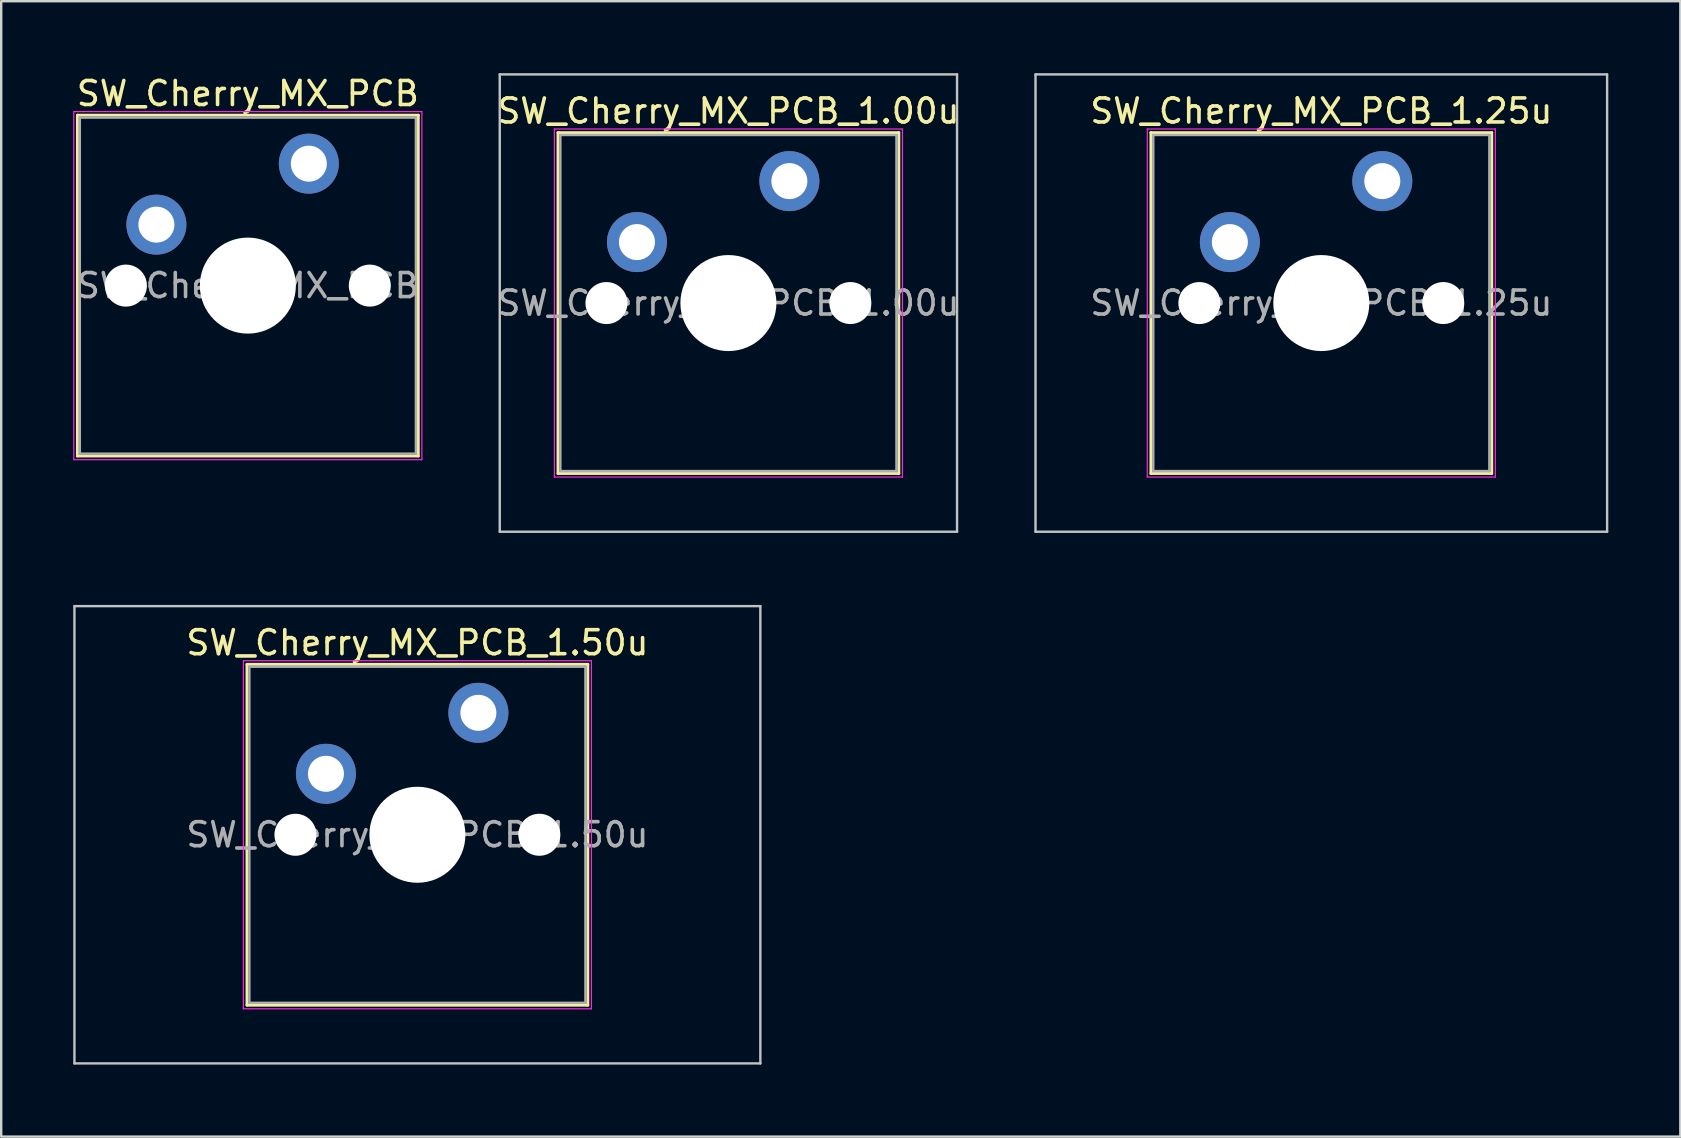
<source format=kicad_pcb>
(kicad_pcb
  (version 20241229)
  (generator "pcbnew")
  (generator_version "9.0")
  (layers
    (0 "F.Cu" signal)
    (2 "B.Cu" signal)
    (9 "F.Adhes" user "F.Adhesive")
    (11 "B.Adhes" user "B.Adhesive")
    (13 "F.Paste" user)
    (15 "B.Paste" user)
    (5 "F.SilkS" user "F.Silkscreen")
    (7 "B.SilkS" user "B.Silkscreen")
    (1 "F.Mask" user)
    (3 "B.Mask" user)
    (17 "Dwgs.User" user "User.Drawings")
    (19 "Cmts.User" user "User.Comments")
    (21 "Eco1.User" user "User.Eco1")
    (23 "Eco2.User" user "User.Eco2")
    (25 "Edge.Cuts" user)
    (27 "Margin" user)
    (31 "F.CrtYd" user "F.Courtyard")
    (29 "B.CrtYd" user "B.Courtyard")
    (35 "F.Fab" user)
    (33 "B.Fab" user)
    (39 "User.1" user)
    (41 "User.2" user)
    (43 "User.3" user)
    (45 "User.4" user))
  (footprint "SW_Cherry_MX_PCB_1.50u"
    (layer "F.Cu")
    (at 14.338 31.725)
    (property "Reference" "SW_Cherry_MX_PCB_1.50u" (at 0 -8 0) (layer "F.SilkS") (effects (font (size 1 1) (thickness 0.15))))
    (attr through_hole)
    (fp_line (start -7.1 -7.1) (end -7.1 7.1) (stroke (width 0.12) (type solid)) (layer "F.SilkS"))
    (fp_line (start -7.1 7.1) (end 7.1 7.1) (stroke (width 0.12) (type solid)) (layer "F.SilkS"))
    (fp_line (start 7.1 -7.1) (end -7.1 -7.1) (stroke (width 0.12) (type solid)) (layer "F.SilkS"))
    (fp_line (start 7.1 7.1) (end 7.1 -7.1) (stroke (width 0.12) (type solid)) (layer "F.SilkS"))
    (fp_line (start -14.287 -9.525) (end -14.287 9.525) (stroke (width 0.1) (type solid)) (layer "Dwgs.User"))
    (fp_line (start -14.287 9.525) (end 14.287 9.525) (stroke (width 0.1) (type solid)) (layer "Dwgs.User"))
    (fp_line (start 14.287 -9.525) (end -14.287 -9.525) (stroke (width 0.1) (type solid)) (layer "Dwgs.User"))
    (fp_line (start 14.287 9.525) (end 14.287 -9.525) (stroke (width 0.1) (type solid)) (layer "Dwgs.User"))
    (fp_line (start -7 -7) (end -7 7) (stroke (width 0.1) (type solid)) (layer "Eco1.User"))
    (fp_line (start -7 7) (end 7 7) (stroke (width 0.1) (type solid)) (layer "Eco1.User"))
    (fp_line (start 7 -7) (end -7 -7) (stroke (width 0.1) (type solid)) (layer "Eco1.User"))
    (fp_line (start 7 7) (end 7 -7) (stroke (width 0.1) (type solid)) (layer "Eco1.User"))
    (fp_line (start -7.25 -7.25) (end -7.25 7.25) (stroke (width 0.05) (type solid)) (layer "F.CrtYd"))
    (fp_line (start -7.25 7.25) (end 7.25 7.25) (stroke (width 0.05) (type solid)) (layer "F.CrtYd"))
    (fp_line (start 7.25 -7.25) (end -7.25 -7.25) (stroke (width 0.05) (type solid)) (layer "F.CrtYd"))
    (fp_line (start 7.25 7.25) (end 7.25 -7.25) (stroke (width 0.05) (type solid)) (layer "F.CrtYd"))
    (fp_line (start -7 -7) (end -7 7) (stroke (width 0.1) (type solid)) (layer "F.Fab"))
    (fp_line (start -7 7) (end 7 7) (stroke (width 0.1) (type solid)) (layer "F.Fab"))
    (fp_line (start 7 -7) (end -7 -7) (stroke (width 0.1) (type solid)) (layer "F.Fab"))
    (fp_line (start 7 7) (end 7 -7) (stroke (width 0.1) (type solid)) (layer "F.Fab"))
    (fp_text user "${REFERENCE}" (at 0 0 0) (layer "F.Fab") (effects (font (size 1 1) (thickness 0.15))))
    (pad "" np_thru_hole circle (at -5.08 0) (size 1.75 1.75) (drill 1.75) (layers "*.Cu" "*.Mask"))
    (pad "" smd circle (at -3.81 -2.54) (size 1.55 1.55) (layers "F.Mask"))
    (pad "" np_thru_hole circle (at 0 0) (size 4 4) (drill 4) (layers "*.Cu" "*.Mask"))
    (pad "" smd circle (at 2.54 -5.08) (size 1.55 1.55) (layers "F.Mask"))
    (pad "" np_thru_hole circle (at 5.08 0) (size 1.75 1.75) (drill 1.75) (layers "*.Cu" "*.Mask"))
    (pad "1" thru_hole circle (at -3.81 -2.54) (size 2.5 2.5) (drill 1.5) (layers "*.Cu" "B.Mask"))
    (pad "2" thru_hole circle (at 2.54 -5.08) (size 2.5 2.5) (drill 1.5) (layers "*.Cu" "B.Mask")))
  (footprint "SW_Cherry_MX_PCB_1.00u"
    (layer "F.Cu")
    (at 27.294 9.575)
    (property "Reference" "SW_Cherry_MX_PCB_1.00u" (at 0 -8 0) (layer "F.SilkS") (effects (font (size 1 1) (thickness 0.15))))
    (attr through_hole)
    (fp_line (start -7.1 -7.1) (end -7.1 7.1) (stroke (width 0.12) (type solid)) (layer "F.SilkS"))
    (fp_line (start -7.1 7.1) (end 7.1 7.1) (stroke (width 0.12) (type solid)) (layer "F.SilkS"))
    (fp_line (start 7.1 -7.1) (end -7.1 -7.1) (stroke (width 0.12) (type solid)) (layer "F.SilkS"))
    (fp_line (start 7.1 7.1) (end 7.1 -7.1) (stroke (width 0.12) (type solid)) (layer "F.SilkS"))
    (fp_line (start -9.525 -9.525) (end -9.525 9.525) (stroke (width 0.1) (type solid)) (layer "Dwgs.User"))
    (fp_line (start -9.525 9.525) (end 9.525 9.525) (stroke (width 0.1) (type solid)) (layer "Dwgs.User"))
    (fp_line (start 9.525 -9.525) (end -9.525 -9.525) (stroke (width 0.1) (type solid)) (layer "Dwgs.User"))
    (fp_line (start 9.525 9.525) (end 9.525 -9.525) (stroke (width 0.1) (type solid)) (layer "Dwgs.User"))
    (fp_line (start -7 -7) (end -7 7) (stroke (width 0.1) (type solid)) (layer "Eco1.User"))
    (fp_line (start -7 7) (end 7 7) (stroke (width 0.1) (type solid)) (layer "Eco1.User"))
    (fp_line (start 7 -7) (end -7 -7) (stroke (width 0.1) (type solid)) (layer "Eco1.User"))
    (fp_line (start 7 7) (end 7 -7) (stroke (width 0.1) (type solid)) (layer "Eco1.User"))
    (fp_line (start -7.25 -7.25) (end -7.25 7.25) (stroke (width 0.05) (type solid)) (layer "F.CrtYd"))
    (fp_line (start -7.25 7.25) (end 7.25 7.25) (stroke (width 0.05) (type solid)) (layer "F.CrtYd"))
    (fp_line (start 7.25 -7.25) (end -7.25 -7.25) (stroke (width 0.05) (type solid)) (layer "F.CrtYd"))
    (fp_line (start 7.25 7.25) (end 7.25 -7.25) (stroke (width 0.05) (type solid)) (layer "F.CrtYd"))
    (fp_line (start -7 -7) (end -7 7) (stroke (width 0.1) (type solid)) (layer "F.Fab"))
    (fp_line (start -7 7) (end 7 7) (stroke (width 0.1) (type solid)) (layer "F.Fab"))
    (fp_line (start 7 -7) (end -7 -7) (stroke (width 0.1) (type solid)) (layer "F.Fab"))
    (fp_line (start 7 7) (end 7 -7) (stroke (width 0.1) (type solid)) (layer "F.Fab"))
    (fp_text user "${REFERENCE}" (at 0 0 0) (layer "F.Fab") (effects (font (size 1 1) (thickness 0.15))))
    (pad "" np_thru_hole circle (at -5.08 0) (size 1.75 1.75) (drill 1.75) (layers "*.Cu" "*.Mask"))
    (pad "" smd circle (at -3.81 -2.54) (size 1.55 1.55) (layers "F.Mask"))
    (pad "" np_thru_hole circle (at 0 0) (size 4 4) (drill 4) (layers "*.Cu" "*.Mask"))
    (pad "" smd circle (at 2.54 -5.08) (size 1.55 1.55) (layers "F.Mask"))
    (pad "" np_thru_hole circle (at 5.08 0) (size 1.75 1.75) (drill 1.75) (layers "*.Cu" "*.Mask"))
    (pad "1" thru_hole circle (at -3.81 -2.54) (size 2.5 2.5) (drill 1.5) (layers "*.Cu" "B.Mask"))
    (pad "2" thru_hole circle (at 2.54 -5.08) (size 2.5 2.5) (drill 1.5) (layers "*.Cu" "B.Mask")))
  (footprint "SW_Cherry_MX_PCB"
    (layer "F.Cu")
    (at 7.275 8.848)
    (property "Reference" "SW_Cherry_MX_PCB" (at 0 -8 0) (layer "F.SilkS") (effects (font (size 1 1) (thickness 0.15))))
    (attr through_hole)
    (fp_line (start -7.1 -7.1) (end -7.1 7.1) (stroke (width 0.12) (type solid)) (layer "F.SilkS"))
    (fp_line (start -7.1 7.1) (end 7.1 7.1) (stroke (width 0.12) (type solid)) (layer "F.SilkS"))
    (fp_line (start 7.1 -7.1) (end -7.1 -7.1) (stroke (width 0.12) (type solid)) (layer "F.SilkS"))
    (fp_line (start 7.1 7.1) (end 7.1 -7.1) (stroke (width 0.12) (type solid)) (layer "F.SilkS"))
    (fp_line (start -7 -7) (end -7 7) (stroke (width 0.1) (type solid)) (layer "Eco1.User"))
    (fp_line (start -7 7) (end 7 7) (stroke (width 0.1) (type solid)) (layer "Eco1.User"))
    (fp_line (start 7 -7) (end -7 -7) (stroke (width 0.1) (type solid)) (layer "Eco1.User"))
    (fp_line (start 7 7) (end 7 -7) (stroke (width 0.1) (type solid)) (layer "Eco1.User"))
    (fp_line (start -7.25 -7.25) (end -7.25 7.25) (stroke (width 0.05) (type solid)) (layer "F.CrtYd"))
    (fp_line (start -7.25 7.25) (end 7.25 7.25) (stroke (width 0.05) (type solid)) (layer "F.CrtYd"))
    (fp_line (start 7.25 -7.25) (end -7.25 -7.25) (stroke (width 0.05) (type solid)) (layer "F.CrtYd"))
    (fp_line (start 7.25 7.25) (end 7.25 -7.25) (stroke (width 0.05) (type solid)) (layer "F.CrtYd"))
    (fp_line (start -7 -7) (end -7 7) (stroke (width 0.1) (type solid)) (layer "F.Fab"))
    (fp_line (start -7 7) (end 7 7) (stroke (width 0.1) (type solid)) (layer "F.Fab"))
    (fp_line (start 7 -7) (end -7 -7) (stroke (width 0.1) (type solid)) (layer "F.Fab"))
    (fp_line (start 7 7) (end 7 -7) (stroke (width 0.1) (type solid)) (layer "F.Fab"))
    (fp_text user "${REFERENCE}" (at 0 0 0) (layer "F.Fab") (effects (font (size 1 1) (thickness 0.15))))
    (pad "" np_thru_hole circle (at -5.08 0) (size 1.75 1.75) (drill 1.75) (layers "*.Cu" "*.Mask"))
    (pad "" smd circle (at -3.81 -2.54) (size 1.55 1.55) (layers "F.Mask"))
    (pad "" np_thru_hole circle (at 0 0) (size 4 4) (drill 4) (layers "*.Cu" "*.Mask"))
    (pad "" smd circle (at 2.54 -5.08) (size 1.55 1.55) (layers "F.Mask"))
    (pad "" np_thru_hole circle (at 5.08 0) (size 1.75 1.75) (drill 1.75) (layers "*.Cu" "*.Mask"))
    (pad "1" thru_hole circle (at -3.81 -2.54) (size 2.5 2.5) (drill 1.5) (layers "*.Cu" "B.Mask"))
    (pad "2" thru_hole circle (at 2.54 -5.08) (size 2.5 2.5) (drill 1.5) (layers "*.Cu" "B.Mask")))
  (footprint "SW_Cherry_MX_PCB_1.25u"
    (layer "F.Cu")
    (at 51.994 9.575)
    (property "Reference" "SW_Cherry_MX_PCB_1.25u" (at 0 -8 0) (layer "F.SilkS") (effects (font (size 1 1) (thickness 0.15))))
    (attr through_hole)
    (fp_line (start -7.1 -7.1) (end -7.1 7.1) (stroke (width 0.12) (type solid)) (layer "F.SilkS"))
    (fp_line (start -7.1 7.1) (end 7.1 7.1) (stroke (width 0.12) (type solid)) (layer "F.SilkS"))
    (fp_line (start 7.1 -7.1) (end -7.1 -7.1) (stroke (width 0.12) (type solid)) (layer "F.SilkS"))
    (fp_line (start 7.1 7.1) (end 7.1 -7.1) (stroke (width 0.12) (type solid)) (layer "F.SilkS"))
    (fp_line (start -11.906 -9.525) (end -11.906 9.525) (stroke (width 0.1) (type solid)) (layer "Dwgs.User"))
    (fp_line (start -11.906 9.525) (end 11.906 9.525) (stroke (width 0.1) (type solid)) (layer "Dwgs.User"))
    (fp_line (start 11.906 -9.525) (end -11.906 -9.525) (stroke (width 0.1) (type solid)) (layer "Dwgs.User"))
    (fp_line (start 11.906 9.525) (end 11.906 -9.525) (stroke (width 0.1) (type solid)) (layer "Dwgs.User"))
    (fp_line (start -7 -7) (end -7 7) (stroke (width 0.1) (type solid)) (layer "Eco1.User"))
    (fp_line (start -7 7) (end 7 7) (stroke (width 0.1) (type solid)) (layer "Eco1.User"))
    (fp_line (start 7 -7) (end -7 -7) (stroke (width 0.1) (type solid)) (layer "Eco1.User"))
    (fp_line (start 7 7) (end 7 -7) (stroke (width 0.1) (type solid)) (layer "Eco1.User"))
    (fp_line (start -7.25 -7.25) (end -7.25 7.25) (stroke (width 0.05) (type solid)) (layer "F.CrtYd"))
    (fp_line (start -7.25 7.25) (end 7.25 7.25) (stroke (width 0.05) (type solid)) (layer "F.CrtYd"))
    (fp_line (start 7.25 -7.25) (end -7.25 -7.25) (stroke (width 0.05) (type solid)) (layer "F.CrtYd"))
    (fp_line (start 7.25 7.25) (end 7.25 -7.25) (stroke (width 0.05) (type solid)) (layer "F.CrtYd"))
    (fp_line (start -7 -7) (end -7 7) (stroke (width 0.1) (type solid)) (layer "F.Fab"))
    (fp_line (start -7 7) (end 7 7) (stroke (width 0.1) (type solid)) (layer "F.Fab"))
    (fp_line (start 7 -7) (end -7 -7) (stroke (width 0.1) (type solid)) (layer "F.Fab"))
    (fp_line (start 7 7) (end 7 -7) (stroke (width 0.1) (type solid)) (layer "F.Fab"))
    (fp_text user "${REFERENCE}" (at 0 0 0) (layer "F.Fab") (effects (font (size 1 1) (thickness 0.15))))
    (pad "" np_thru_hole circle (at -5.08 0) (size 1.75 1.75) (drill 1.75) (layers "*.Cu" "*.Mask"))
    (pad "" smd circle (at -3.81 -2.54) (size 1.55 1.55) (layers "F.Mask"))
    (pad "" np_thru_hole circle (at 0 0) (size 4 4) (drill 4) (layers "*.Cu" "*.Mask"))
    (pad "" smd circle (at 2.54 -5.08) (size 1.55 1.55) (layers "F.Mask"))
    (pad "" np_thru_hole circle (at 5.08 0) (size 1.75 1.75) (drill 1.75) (layers "*.Cu" "*.Mask"))
    (pad "1" thru_hole circle (at -3.81 -2.54) (size 2.5 2.5) (drill 1.5) (layers "*.Cu" "B.Mask"))
    (pad "2" thru_hole circle (at 2.54 -5.08) (size 2.5 2.5) (drill 1.5) (layers "*.Cu" "B.Mask")))
  (gr_rect
    (start -3 -3)
    (end 66.951 44.3)
    (stroke (width 0.1) (type default))
    (fill no)
    (layer "Edge.Cuts")))
</source>
